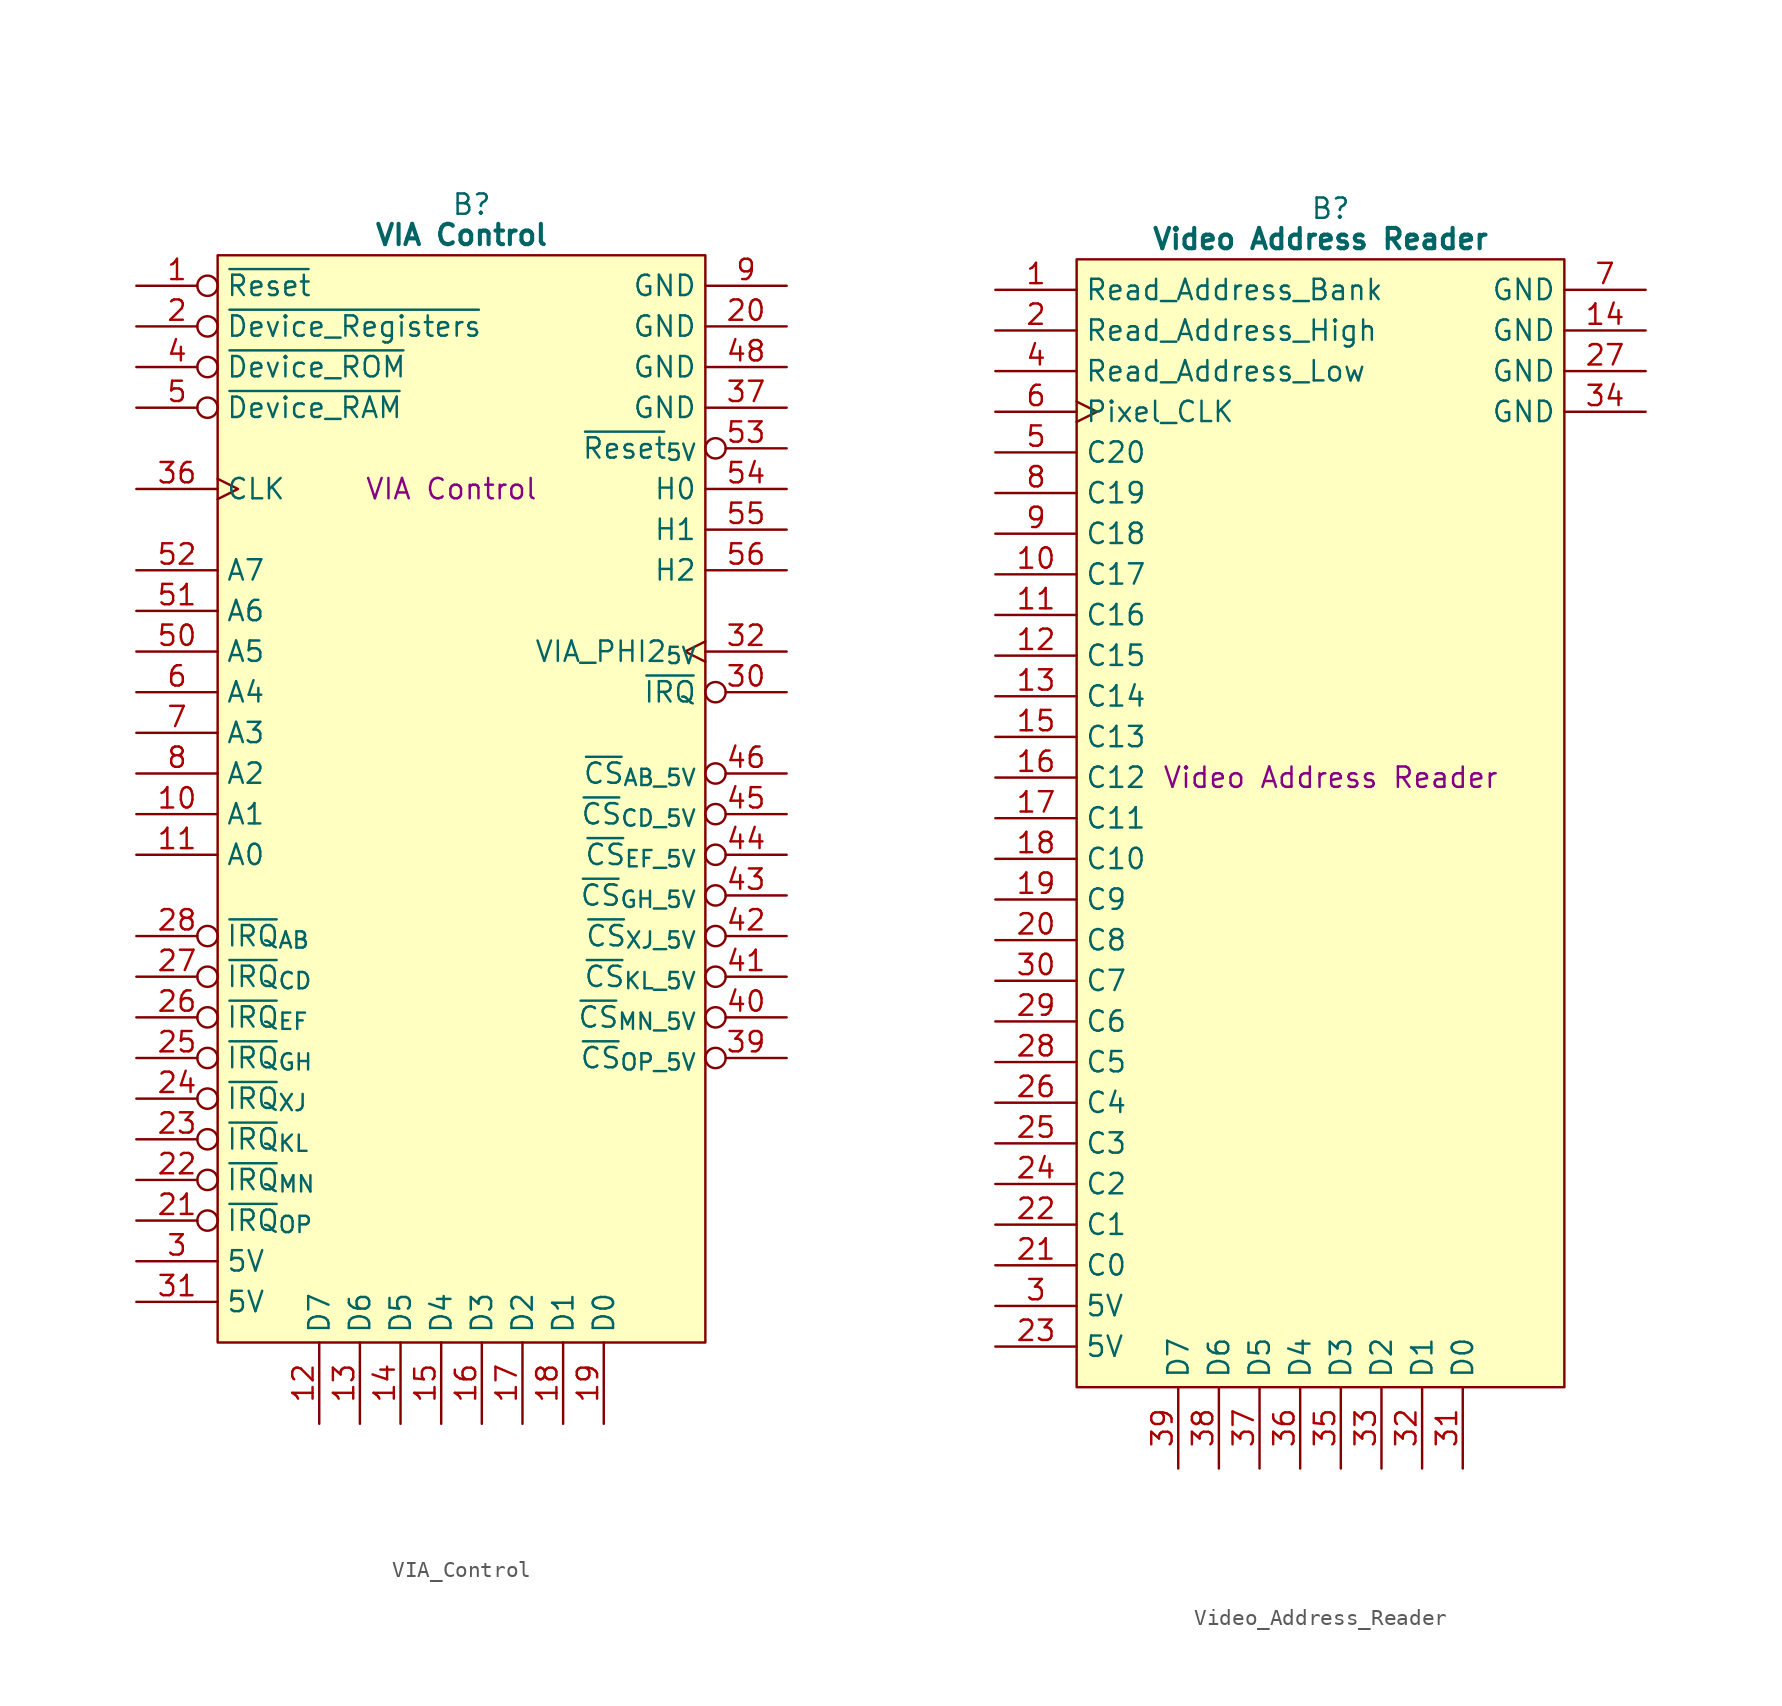
<source format=kicad_sym>
(kicad_symbol_lib
  (version 20241209)
  (generator "kicad_symbol_editor")
  (generator_version "9.0")
  (symbol "VIA_Control"
    (property "Reference" "B"
      (at 15.875 5.08 0)
      (effects (font (size 1.27 1.27))))
    (property "Value" "VIA Control"
      (at 15.24 3.175 0)
      (effects (font (size 1.27 1.27) (bold yes))))
    (property "Description" "VIA Control"
      (at 14.605 -12.7 0)
      (effects (font (size 1.27 1.27))))
    (symbol "VIA_Control_0_1"
      (polyline (pts (xy 0 1.905) (xy 30.48 1.905) (xy 30.48 -66.04) (xy 0 -66.04) (xy 0 1.905)) (stroke (width 0.152) (type default)) (fill (type background))))
    (symbol "VIA_Control_1_0"
      (pin input clock (at -5.08 -12.7 0) (length 5.08) (name "CLK" (effects (font (size 1.27 1.27)))) (number "36" (effects (font (size 1.27 1.27)))))
      (pin passive line (at 35.56 -7.62 180) (length 5.08) (name "GND" (effects (font (size 1.27 1.27)))) (number "37" (effects (font (size 1.27 1.27)))))
      (pin output line (at 35.56 -12.7 180) (length 5.08) (name "H0" (effects (font (size 1.27 1.27)))) (number "54" (effects (font (size 1.27 1.27)))))
      (pin output line (at 35.56 -15.24 180) (length 5.08) (name "H1" (effects (font (size 1.27 1.27)))) (number "55" (effects (font (size 1.27 1.27)))))
      (pin output line (at 35.56 -17.78 180) (length 5.08) (name "H2" (effects (font (size 1.27 1.27)))) (number "56" (effects (font (size 1.27 1.27)))))
      (pin output clock (at 35.56 -22.86 180) (length 5.08) (name "VIA_PHI2_{5V}" (effects (font (size 1.27 1.27)))) (number "32" (effects (font (size 1.27 1.27)))))
      (pin output inverted (at 35.56 -33.02 180) (length 5.08) (name "~{CS}_{CD_5V}" (effects (font (size 1.27 1.27)))) (number "45" (effects (font (size 1.27 1.27)))))
      (pin output inverted (at 35.56 -48.26 180) (length 5.08) (name "~{CS}_{OP_5V}" (effects (font (size 1.27 1.27)))) (number "39" (effects (font (size 1.27 1.27)))))
      (pin no_connect line (at 35.56 -50.8 180) (length 5.08) (hide yes) (name "N.C." (effects (font (size 1.27 1.27)))) (number "33" (effects (font (size 1.27 1.27)))))
      (pin no_connect line (at 35.56 -53.34 180) (length 5.08) (hide yes) (name "N.C." (effects (font (size 1.27 1.27)))) (number "34" (effects (font (size 1.27 1.27)))))
      (pin no_connect line (at 35.56 -58.42 180) (length 5.08) (hide yes) (name "N.C." (effects (font (size 1.27 1.27)))) (number "38" (effects (font (size 1.27 1.27))))))
    (symbol "VIA_Control_1_1"
      (pin input inverted (at -5.08 0 0) (length 5.08) (name "~{Reset}" (effects (font (size 1.27 1.27)))) (number "1" (effects (font (size 1.27 1.27)))))
      (pin input inverted (at -5.08 -2.54 0) (length 5.08) (name "~{Device_Registers}" (effects (font (size 1.27 1.27)))) (number "2" (effects (font (size 1.27 1.27)))))
      (pin input inverted (at -5.08 -5.08 0) (length 5.08) (name "~{Device_ROM}" (effects (font (size 1.27 1.27)))) (number "4" (effects (font (size 1.27 1.27)))))
      (pin input inverted (at -5.08 -7.62 0) (length 5.08) (name "~{Device_RAM}" (effects (font (size 1.27 1.27)))) (number "5" (effects (font (size 1.27 1.27)))))
      (pin input line (at -5.08 -17.78 0) (length 5.08) (name "A7" (effects (font (size 1.27 1.27)))) (number "52" (effects (font (size 1.27 1.27)))))
      (pin input line (at -5.08 -20.32 0) (length 5.08) (name "A6" (effects (font (size 1.27 1.27)))) (number "51" (effects (font (size 1.27 1.27)))))
      (pin input line (at -5.08 -22.86 0) (length 5.08) (name "A5" (effects (font (size 1.27 1.27)))) (number "50" (effects (font (size 1.27 1.27)))))
      (pin input line (at -5.08 -25.4 0) (length 5.08) (name "A4" (effects (font (size 1.27 1.27)))) (number "6" (effects (font (size 1.27 1.27)))))
      (pin input line (at -5.08 -27.94 0) (length 5.08) (name "A3" (effects (font (size 1.27 1.27)))) (number "7" (effects (font (size 1.27 1.27)))))
      (pin input line (at -5.08 -30.48 0) (length 5.08) (name "A2" (effects (font (size 1.27 1.27)))) (number "8" (effects (font (size 1.27 1.27)))))
      (pin input line (at -5.08 -33.02 0) (length 5.08) (name "A1" (effects (font (size 1.27 1.27)))) (number "10" (effects (font (size 1.27 1.27)))))
      (pin input line (at -5.08 -35.56 0) (length 5.08) (name "A0" (effects (font (size 1.27 1.27)))) (number "11" (effects (font (size 1.27 1.27)))))
      (pin input inverted (at -5.08 -40.64 0) (length 5.08) (name "~{IRQ}_{AB}" (effects (font (size 1.27 1.27)))) (number "28" (effects (font (size 1.27 1.27)))))
      (pin input inverted (at -5.08 -43.18 0) (length 5.08) (name "~{IRQ}_{CD}" (effects (font (size 1.27 1.27)))) (number "27" (effects (font (size 1.27 1.27)))))
      (pin input inverted (at -5.08 -45.72 0) (length 5.08) (name "~{IRQ}_{EF}" (effects (font (size 1.27 1.27)))) (number "26" (effects (font (size 1.27 1.27)))))
      (pin input inverted (at -5.08 -48.26 0) (length 5.08) (name "~{IRQ}_{GH}" (effects (font (size 1.27 1.27)))) (number "25" (effects (font (size 1.27 1.27)))))
      (pin input inverted (at -5.08 -50.8 0) (length 5.08) (name "~{IRQ}_{XJ}" (effects (font (size 1.27 1.27)))) (number "24" (effects (font (size 1.27 1.27)))))
      (pin input inverted (at -5.08 -53.34 0) (length 5.08) (name "~{IRQ}_{KL}" (effects (font (size 1.27 1.27)))) (number "23" (effects (font (size 1.27 1.27)))))
      (pin input inverted (at -5.08 -55.88 0) (length 5.08) (name "~{IRQ}_{MN}" (effects (font (size 1.27 1.27)))) (number "22" (effects (font (size 1.27 1.27)))))
      (pin input inverted (at -5.08 -58.42 0) (length 5.08) (name "~{IRQ}_{OP}" (effects (font (size 1.27 1.27)))) (number "21" (effects (font (size 1.27 1.27)))))
      (pin passive line (at -5.08 -60.96 0) (length 5.08) (name "5V" (effects (font (size 1.27 1.27)))) (number "3" (effects (font (size 1.27 1.27)))))
      (pin passive line (at -5.08 -63.5 0) (length 5.08) (name "5V" (effects (font (size 1.27 1.27)))) (number "31" (effects (font (size 1.27 1.27)))))
      (pin tri_state line (at 6.35 -71.12 90) (length 5.08) (name "D7" (effects (font (size 1.27 1.27)))) (number "12" (effects (font (size 1.27 1.27)))))
      (pin tri_state line (at 8.89 -71.12 90) (length 5.08) (name "D6" (effects (font (size 1.27 1.27)))) (number "13" (effects (font (size 1.27 1.27)))))
      (pin tri_state line (at 11.43 -71.12 90) (length 5.08) (name "D5" (effects (font (size 1.27 1.27)))) (number "14" (effects (font (size 1.27 1.27)))))
      (pin tri_state line (at 13.97 -71.12 90) (length 5.08) (name "D4" (effects (font (size 1.27 1.27)))) (number "15" (effects (font (size 1.27 1.27)))))
      (pin tri_state line (at 16.51 -71.12 90) (length 5.08) (name "D3" (effects (font (size 1.27 1.27)))) (number "16" (effects (font (size 1.27 1.27)))))
      (pin tri_state line (at 19.05 -71.12 90) (length 5.08) (name "D2" (effects (font (size 1.27 1.27)))) (number "17" (effects (font (size 1.27 1.27)))))
      (pin tri_state line (at 21.59 -71.12 90) (length 5.08) (name "D1" (effects (font (size 1.27 1.27)))) (number "18" (effects (font (size 1.27 1.27)))))
      (pin tri_state line (at 24.13 -71.12 90) (length 5.08) (name "D0" (effects (font (size 1.27 1.27)))) (number "19" (effects (font (size 1.27 1.27)))))
      (pin passive line (at 35.56 0 180) (length 5.08) (name "GND" (effects (font (size 1.27 1.27)))) (number "9" (effects (font (size 1.27 1.27)))))
      (pin passive line (at 35.56 -2.54 180) (length 5.08) (name "GND" (effects (font (size 1.27 1.27)))) (number "20" (effects (font (size 1.27 1.27)))))
      (pin passive line (at 35.56 -5.08 180) (length 5.08) (name "GND" (effects (font (size 1.27 1.27)))) (number "48" (effects (font (size 1.27 1.27)))))
      (pin output inverted (at 35.56 -10.16 180) (length 5.08) (name "~{Reset}_{5V}" (effects (font (size 1.27 1.27)))) (number "53" (effects (font (size 1.27 1.27)))))
      (pin output inverted (at 35.56 -25.4 180) (length 5.08) (name "~{IRQ}" (effects (font (size 1.27 1.27)))) (number "30" (effects (font (size 1.27 1.27)))))
      (pin no_connect line (at 35.56 -27.94 180) (length 5.08) (hide yes) (name "N.C." (effects (font (size 1.27 1.27)))) (number "29" (effects (font (size 1.27 1.27)))))
      (pin output inverted (at 35.56 -30.48 180) (length 5.08) (name "~{CS}_{AB_5V}" (effects (font (size 1.27 1.27)))) (number "46" (effects (font (size 1.27 1.27)))))
      (pin output inverted (at 35.56 -35.56 180) (length 5.08) (name "~{CS}_{EF_5V}" (effects (font (size 1.27 1.27)))) (number "44" (effects (font (size 1.27 1.27)))))
      (pin output inverted (at 35.56 -38.1 180) (length 5.08) (name "~{CS}_{GH_5V}" (effects (font (size 1.27 1.27)))) (number "43" (effects (font (size 1.27 1.27)))))
      (pin output inverted (at 35.56 -40.64 180) (length 5.08) (name "~{CS}_{XJ_5V}" (effects (font (size 1.27 1.27)))) (number "42" (effects (font (size 1.27 1.27)))))
      (pin output inverted (at 35.56 -43.18 180) (length 5.08) (name "~{CS}_{KL_5V}" (effects (font (size 1.27 1.27)))) (number "41" (effects (font (size 1.27 1.27)))))
      (pin output inverted (at 35.56 -45.72 180) (length 5.08) (name "~{CS}_{MN_5V}" (effects (font (size 1.27 1.27)))) (number "40" (effects (font (size 1.27 1.27)))))
      (pin no_connect line (at 35.56 -55.88 180) (length 5.08) (hide yes) (name "N.C." (effects (font (size 1.27 1.27)))) (number "35" (effects (font (size 1.27 1.27)))))
      (pin no_connect line (at 35.56 -60.96 180) (length 5.08) (hide yes) (name "N.C." (effects (font (size 1.27 1.27)))) (number "47" (effects (font (size 1.27 1.27)))))
      (pin no_connect line (at 35.56 -63.5 180) (length 5.08) (hide yes) (name "N.C." (effects (font (size 1.27 1.27)))) (number "49" (effects (font (size 1.27 1.27)))))))
  (symbol "Video_Address_Reader"
    (property "Reference" "B"
      (at 15.875 5.08 0)
      (effects (font (size 1.27 1.27))))
    (property "Value" "Video Address Reader"
      (at 15.24 3.175 0)
      (effects (font (size 1.27 1.27) (bold yes))))
    (property "Description" "Video Address Reader"
      (at 15.875 -30.48 0)
      (effects (font (size 1.27 1.27))))
    (symbol "Video_Address_Reader_0_1"
      (polyline (pts (xy 0 1.905) (xy 30.48 1.905) (xy 30.48 -68.58) (xy 0 -68.58) (xy 0 1.905)) (stroke (width 0.152) (type default)) (fill (type background))))
    (symbol "Video_Address_Reader_1_0"
      (pin tri_state line (at 6.35 -73.66 90) (length 5.08) (name "D7" (effects (font (size 1.27 1.27)))) (number "39" (effects (font (size 1.27 1.27)))))
      (pin tri_state line (at 8.89 -73.66 90) (length 5.08) (name "D6" (effects (font (size 1.27 1.27)))) (number "38" (effects (font (size 1.27 1.27)))))
      (pin tri_state line (at 11.43 -73.66 90) (length 5.08) (name "D5" (effects (font (size 1.27 1.27)))) (number "37" (effects (font (size 1.27 1.27)))))
      (pin tri_state line (at 13.97 -73.66 90) (length 5.08) (name "D4" (effects (font (size 1.27 1.27)))) (number "36" (effects (font (size 1.27 1.27)))))
      (pin tri_state line (at 16.51 -73.66 90) (length 5.08) (name "D3" (effects (font (size 1.27 1.27)))) (number "35" (effects (font (size 1.27 1.27)))))
      (pin tri_state line (at 19.05 -73.66 90) (length 5.08) (name "D2" (effects (font (size 1.27 1.27)))) (number "33" (effects (font (size 1.27 1.27)))))
      (pin tri_state line (at 21.59 -73.66 90) (length 5.08) (name "D1" (effects (font (size 1.27 1.27)))) (number "32" (effects (font (size 1.27 1.27)))))
      (pin passive line (at 35.56 -7.62 180) (length 5.08) (name "GND" (effects (font (size 1.27 1.27)))) (number "34" (effects (font (size 1.27 1.27))))))
    (symbol "Video_Address_Reader_1_1"
      (pin input line (at -5.08 0 0) (length 5.08) (name "Read_Address_Bank" (effects (font (size 1.27 1.27)))) (number "1" (effects (font (size 1.27 1.27)))))
      (pin input line (at -5.08 -2.54 0) (length 5.08) (name "Read_Address_High" (effects (font (size 1.27 1.27)))) (number "2" (effects (font (size 1.27 1.27)))))
      (pin input line (at -5.08 -5.08 0) (length 5.08) (name "Read_Address_Low" (effects (font (size 1.27 1.27)))) (number "4" (effects (font (size 1.27 1.27)))))
      (pin input clock (at -5.08 -7.62 0) (length 5.08) (name "Pixel_CLK" (effects (font (size 1.27 1.27)))) (number "6" (effects (font (size 1.27 1.27)))))
      (pin input line (at -5.08 -10.16 0) (length 5.08) (name "C20" (effects (font (size 1.27 1.27)))) (number "5" (effects (font (size 1.27 1.27)))))
      (pin input line (at -5.08 -12.7 0) (length 5.08) (name "C19" (effects (font (size 1.27 1.27)))) (number "8" (effects (font (size 1.27 1.27)))))
      (pin input line (at -5.08 -15.24 0) (length 5.08) (name "C18" (effects (font (size 1.27 1.27)))) (number "9" (effects (font (size 1.27 1.27)))))
      (pin input line (at -5.08 -17.78 0) (length 5.08) (name "C17" (effects (font (size 1.27 1.27)))) (number "10" (effects (font (size 1.27 1.27)))))
      (pin input line (at -5.08 -20.32 0) (length 5.08) (name "C16" (effects (font (size 1.27 1.27)))) (number "11" (effects (font (size 1.27 1.27)))))
      (pin input line (at -5.08 -22.86 0) (length 5.08) (name "C15" (effects (font (size 1.27 1.27)))) (number "12" (effects (font (size 1.27 1.27)))))
      (pin input line (at -5.08 -25.4 0) (length 5.08) (name "C14" (effects (font (size 1.27 1.27)))) (number "13" (effects (font (size 1.27 1.27)))))
      (pin input line (at -5.08 -27.94 0) (length 5.08) (name "C13" (effects (font (size 1.27 1.27)))) (number "15" (effects (font (size 1.27 1.27)))))
      (pin input line (at -5.08 -30.48 0) (length 5.08) (name "C12" (effects (font (size 1.27 1.27)))) (number "16" (effects (font (size 1.27 1.27)))))
      (pin input line (at -5.08 -33.02 0) (length 5.08) (name "C11" (effects (font (size 1.27 1.27)))) (number "17" (effects (font (size 1.27 1.27)))))
      (pin input line (at -5.08 -35.56 0) (length 5.08) (name "C10" (effects (font (size 1.27 1.27)))) (number "18" (effects (font (size 1.27 1.27)))))
      (pin input line (at -5.08 -38.1 0) (length 5.08) (name "C9" (effects (font (size 1.27 1.27)))) (number "19" (effects (font (size 1.27 1.27)))))
      (pin input line (at -5.08 -40.64 0) (length 5.08) (name "C8" (effects (font (size 1.27 1.27)))) (number "20" (effects (font (size 1.27 1.27)))))
      (pin input line (at -5.08 -43.18 0) (length 5.08) (name "C7" (effects (font (size 1.27 1.27)))) (number "30" (effects (font (size 1.27 1.27)))))
      (pin input line (at -5.08 -45.72 0) (length 5.08) (name "C6" (effects (font (size 1.27 1.27)))) (number "29" (effects (font (size 1.27 1.27)))))
      (pin input line (at -5.08 -48.26 0) (length 5.08) (name "C5" (effects (font (size 1.27 1.27)))) (number "28" (effects (font (size 1.27 1.27)))))
      (pin input line (at -5.08 -50.8 0) (length 5.08) (name "C4" (effects (font (size 1.27 1.27)))) (number "26" (effects (font (size 1.27 1.27)))))
      (pin input line (at -5.08 -53.34 0) (length 5.08) (name "C3" (effects (font (size 1.27 1.27)))) (number "25" (effects (font (size 1.27 1.27)))))
      (pin input line (at -5.08 -55.88 0) (length 5.08) (name "C2" (effects (font (size 1.27 1.27)))) (number "24" (effects (font (size 1.27 1.27)))))
      (pin input line (at -5.08 -58.42 0) (length 5.08) (name "C1" (effects (font (size 1.27 1.27)))) (number "22" (effects (font (size 1.27 1.27)))))
      (pin input line (at -5.08 -60.96 0) (length 5.08) (name "C0" (effects (font (size 1.27 1.27)))) (number "21" (effects (font (size 1.27 1.27)))))
      (pin passive line (at -5.08 -63.5 0) (length 5.08) (name "5V" (effects (font (size 1.27 1.27)))) (number "3" (effects (font (size 1.27 1.27)))))
      (pin passive line (at -5.08 -66.04 0) (length 5.08) (name "5V" (effects (font (size 1.27 1.27)))) (number "23" (effects (font (size 1.27 1.27)))))
      (pin tri_state line (at 24.13 -73.66 90) (length 5.08) (name "D0" (effects (font (size 1.27 1.27)))) (number "31" (effects (font (size 1.27 1.27)))))
      (pin passive line (at 35.56 0 180) (length 5.08) (name "GND" (effects (font (size 1.27 1.27)))) (number "7" (effects (font (size 1.27 1.27)))))
      (pin passive line (at 35.56 -2.54 180) (length 5.08) (name "GND" (effects (font (size 1.27 1.27)))) (number "14" (effects (font (size 1.27 1.27)))))
      (pin passive line (at 35.56 -5.08 180) (length 5.08) (name "GND" (effects (font (size 1.27 1.27)))) (number "27" (effects (font (size 1.27 1.27)))))
      (pin no_connect line (at 35.56 -10.16 180) (length 5.08) (hide yes) (name "N.C." (effects (font (size 1.27 1.27)))) (number "40" (effects (font (size 1.27 1.27))))))))
</source>
